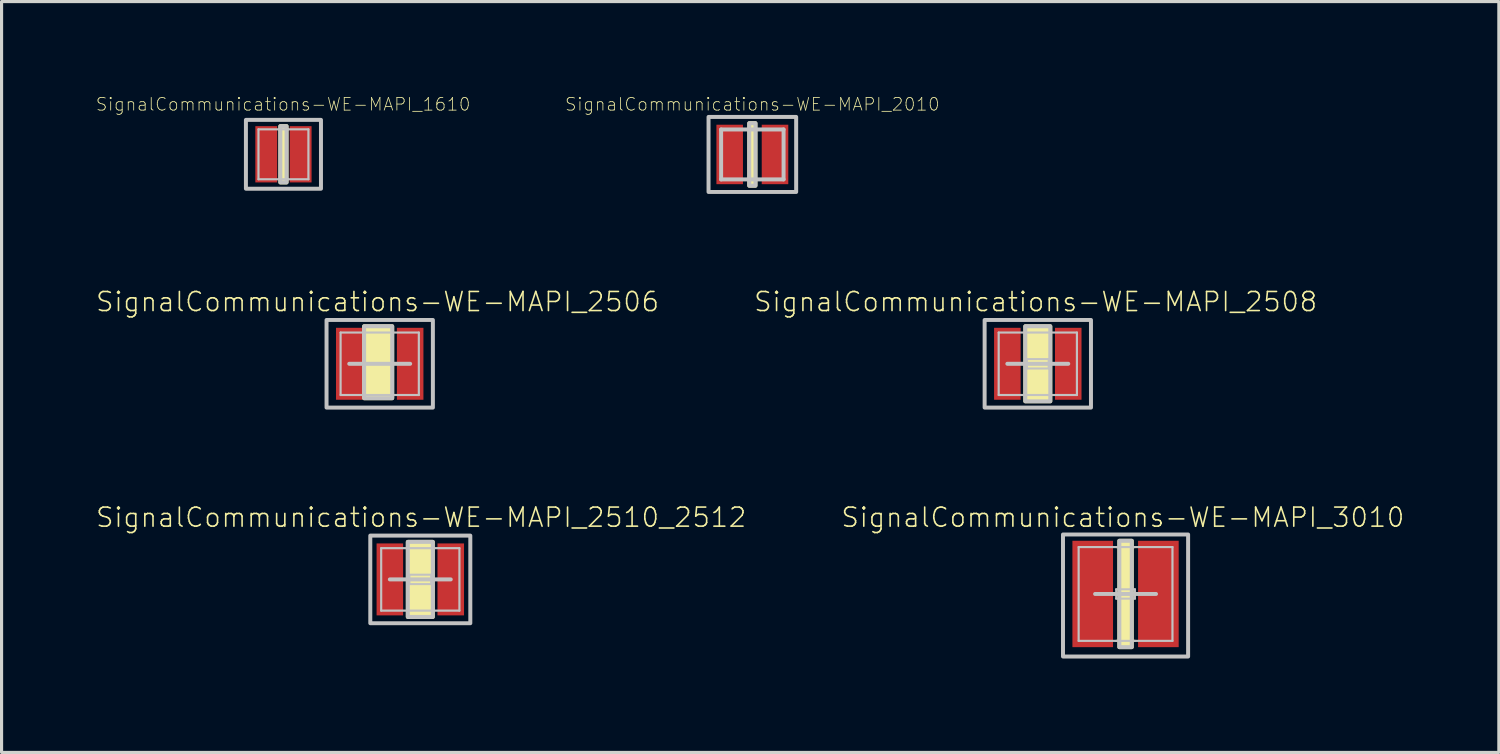
<source format=kicad_pcb>
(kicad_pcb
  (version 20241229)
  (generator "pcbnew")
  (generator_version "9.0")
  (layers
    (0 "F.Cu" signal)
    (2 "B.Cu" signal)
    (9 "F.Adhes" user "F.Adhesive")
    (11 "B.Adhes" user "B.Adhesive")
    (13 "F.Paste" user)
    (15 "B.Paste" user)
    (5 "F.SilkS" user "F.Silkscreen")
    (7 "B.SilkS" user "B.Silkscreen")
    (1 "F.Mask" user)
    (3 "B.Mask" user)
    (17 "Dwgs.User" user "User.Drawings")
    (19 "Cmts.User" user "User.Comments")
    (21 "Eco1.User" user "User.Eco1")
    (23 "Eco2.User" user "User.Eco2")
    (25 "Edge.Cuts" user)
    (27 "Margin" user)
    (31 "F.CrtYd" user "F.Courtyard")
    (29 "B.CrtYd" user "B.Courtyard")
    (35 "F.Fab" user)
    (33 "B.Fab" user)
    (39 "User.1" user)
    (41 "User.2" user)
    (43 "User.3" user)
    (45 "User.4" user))
  (footprint "SignalCommunications-WE-MAPI_2508"
    (layer "F.Cu")
    (at 30.111 8.574)
    (property "Reference" "SignalCommunications-WE-MAPI_2508" (at -0.069 -1.981 0) (layer "F.SilkS") (effects (font (size 0.61 0.61) (thickness 0.051))))
    (attr smd)
    (fp_line (start -0.399 -0.998) (end 0.399 -0.998) (stroke (width 0.069) (type solid)) (layer "F.SilkS"))
    (fp_line (start -0.399 0.998) (end 0.399 0.998) (stroke (width 0.069) (type solid)) (layer "F.SilkS"))
    (fp_poly (pts (xy -0.399 -1.199) (xy 0.399 -1.199) (xy 0.399 1.199) (xy -0.399 1.199) (xy -0.399 -1.199)) (stroke (width 0.127) (type solid)) (fill yes) (layer "F.SilkS"))
    (fp_line (start -1.25 -0.998) (end 1.25 -0.998) (stroke (width 0.069) (type solid)) (layer "Dwgs.User"))
    (fp_line (start -1.25 0.998) (end -1.25 -0.998) (stroke (width 0.069) (type solid)) (layer "Dwgs.User"))
    (fp_line (start -0.973 0) (end 0.973 0) (stroke (width 0.127) (type solid)) (layer "Dwgs.User"))
    (fp_line (start -0.348 -0.15) (end 0.348 -0.15) (stroke (width 0.066) (type solid)) (layer "Dwgs.User"))
    (fp_line (start -0.348 0.15) (end -0.348 -0.15) (stroke (width 0.066) (type solid)) (layer "Dwgs.User"))
    (fp_line (start -0.348 0.15) (end 0.348 0.15) (stroke (width 0.066) (type solid)) (layer "Dwgs.User"))
    (fp_line (start 0.348 0.15) (end 0.348 -0.15) (stroke (width 0.066) (type solid)) (layer "Dwgs.User"))
    (fp_line (start 1.25 -0.998) (end 1.25 0.998) (stroke (width 0.069) (type solid)) (layer "Dwgs.User"))
    (fp_line (start 1.25 0.998) (end -1.25 0.998) (stroke (width 0.069) (type solid)) (layer "Dwgs.User"))
    (fp_poly (pts (xy -1.699 -1.4) (xy 1.699 -1.4) (xy 1.699 1.4) (xy -1.699 1.4) (xy -1.699 -1.4)) (stroke (width 0.127) (type solid)) (fill no) (layer "Dwgs.User"))
    (fp_poly (pts (xy -0.399 -1.199) (xy 0.399 -1.199) (xy 0.399 1.199) (xy -0.399 1.199) (xy -0.399 -1.199)) (stroke (width 0.127) (type solid)) (fill no) (layer "Dwgs.User"))
    (pad "1" smd rect (at -0.973 0) (size 0.848 2.299) (layers "F.Cu" "F.Mask" "F.Paste"))
    (pad "2" smd rect (at 0.973 0) (size 0.848 2.299) (layers "F.Cu" "F.Mask" "F.Paste")))
  (footprint "SignalCommunications-WE-MAPI_2506"
    (layer "F.Cu")
    (at 9.083 8.574)
    (property "Reference" "SignalCommunications-WE-MAPI_2506" (at -0.069 -1.981 0) (layer "F.SilkS") (effects (font (size 0.61 0.61) (thickness 0.051))))
    (attr smd)
    (fp_line (start -0.399 -0.998) (end 0.399 -0.998) (stroke (width 0.069) (type solid)) (layer "F.SilkS"))
    (fp_line (start -0.399 0.998) (end 0.399 0.998) (stroke (width 0.069) (type solid)) (layer "F.SilkS"))
    (fp_line (start -0.348 -0.15) (end 0.348 -0.15) (stroke (width 0.066) (type solid)) (layer "F.SilkS"))
    (fp_line (start -0.348 0.15) (end -0.348 -0.15) (stroke (width 0.066) (type solid)) (layer "F.SilkS"))
    (fp_line (start -0.348 0.15) (end 0.348 0.15) (stroke (width 0.066) (type solid)) (layer "F.SilkS"))
    (fp_line (start 0.348 0.15) (end 0.348 -0.15) (stroke (width 0.066) (type solid)) (layer "F.SilkS"))
    (fp_poly (pts (xy -0.498 -1.199) (xy 0.399 -1.199) (xy 0.399 1.1) (xy -0.498 1.1) (xy -0.498 -1.199)) (stroke (width 0.127) (type solid)) (fill yes) (layer "F.SilkS"))
    (fp_line (start -1.25 -0.998) (end 1.25 -0.998) (stroke (width 0.069) (type solid)) (layer "Dwgs.User"))
    (fp_line (start -1.25 0.998) (end -1.25 -0.998) (stroke (width 0.069) (type solid)) (layer "Dwgs.User"))
    (fp_line (start -0.973 0) (end 0.973 0) (stroke (width 0.127) (type solid)) (layer "Dwgs.User"))
    (fp_line (start 1.25 -0.998) (end 1.25 0.998) (stroke (width 0.069) (type solid)) (layer "Dwgs.User"))
    (fp_line (start 1.25 0.998) (end -1.25 0.998) (stroke (width 0.069) (type solid)) (layer "Dwgs.User"))
    (fp_poly (pts (xy -1.699 -1.4) (xy 1.699 -1.4) (xy 1.699 1.4) (xy -1.699 1.4) (xy -1.699 -1.4)) (stroke (width 0.127) (type solid)) (fill no) (layer "Dwgs.User"))
    (fp_poly (pts (xy -0.498 -1.199) (xy 0.399 -1.199) (xy 0.399 1.1) (xy -0.498 1.1) (xy -0.498 -1.199)) (stroke (width 0.127) (type solid)) (fill no) (layer "Dwgs.User"))
    (pad "1" smd rect (at -0.973 0) (size 0.848 2.299) (layers "F.Cu" "F.Mask" "F.Paste"))
    (pad "2" smd rect (at 0.973 0) (size 0.848 2.299) (layers "F.Cu" "F.Mask" "F.Paste")))
  (footprint "SignalCommunications-WE-MAPI_2010"
    (layer "F.Cu")
    (at 20.99 1.885)
    (property "Reference" "SignalCommunications-WE-MAPI_2010" (at 0 -1.603 0) (layer "F.SilkS") (effects (font (size 0.406 0.406) (thickness 0.025))))
    (attr smd)
    (fp_line (start -0.099 -0.798) (end 0.099 -0.798) (stroke (width 0.127) (type solid)) (layer "F.SilkS"))
    (fp_line (start -0.099 0.798) (end 0.099 0.798) (stroke (width 0.127) (type solid)) (layer "F.SilkS"))
    (fp_poly (pts (xy -0.099 -0.998) (xy 0.099 -0.998) (xy 0.099 0.998) (xy -0.099 0.998) (xy -0.099 -0.998)) (stroke (width 0.127) (type solid)) (fill yes) (layer "F.SilkS"))
    (fp_line (start -0.998 -0.798) (end 0.998 -0.798) (stroke (width 0.127) (type solid)) (layer "Dwgs.User"))
    (fp_line (start -0.998 0.798) (end -0.998 -0.798) (stroke (width 0.127) (type solid)) (layer "Dwgs.User"))
    (fp_line (start 0.998 -0.798) (end 0.998 0.798) (stroke (width 0.127) (type solid)) (layer "Dwgs.User"))
    (fp_line (start 0.998 0.798) (end -0.998 0.798) (stroke (width 0.127) (type solid)) (layer "Dwgs.User"))
    (fp_poly (pts (xy -1.4 -1.199) (xy 1.4 -1.199) (xy 1.4 1.199) (xy -1.4 1.199) (xy -1.4 -1.199)) (stroke (width 0.127) (type solid)) (fill no) (layer "Dwgs.User"))
    (fp_poly (pts (xy -0.099 -0.998) (xy 0.099 -0.998) (xy 0.099 0.998) (xy -0.099 0.998) (xy -0.099 -0.998)) (stroke (width 0.127) (type solid)) (fill no) (layer "Dwgs.User"))
    (pad "1" smd rect (at -0.724 0 90) (size 1.9 0.848) (layers "F.Cu" "F.Mask" "F.Paste"))
    (pad "2" smd rect (at 0.724 0 90) (size 1.9 0.848) (layers "F.Cu" "F.Mask" "F.Paste")))
  (footprint "SignalCommunications-WE-MAPI_2510_2512"
    (layer "F.Cu")
    (at 10.38 15.464)
    (property "Reference" "SignalCommunications-WE-MAPI_2510_2512" (at 0.028 -1.981 0) (layer "F.SilkS") (effects (font (size 0.61 0.61) (thickness 0.051))))
    (attr smd)
    (fp_line (start -0.399 -0.998) (end 0.399 -0.998) (stroke (width 0.069) (type solid)) (layer "F.SilkS"))
    (fp_line (start -0.399 0.998) (end 0.399 0.998) (stroke (width 0.069) (type solid)) (layer "F.SilkS"))
    (fp_poly (pts (xy -0.399 -1.199) (xy 0.399 -1.199) (xy 0.399 1.199) (xy -0.399 1.199) (xy -0.399 -1.199)) (stroke (width 0.127) (type solid)) (fill yes) (layer "F.SilkS"))
    (fp_line (start -1.25 -0.998) (end 1.25 -0.998) (stroke (width 0.069) (type solid)) (layer "Dwgs.User"))
    (fp_line (start -1.25 0.998) (end -1.25 -0.998) (stroke (width 0.069) (type solid)) (layer "Dwgs.User"))
    (fp_line (start -0.973 0) (end 0.973 0) (stroke (width 0.127) (type solid)) (layer "Dwgs.User"))
    (fp_line (start -0.348 -0.15) (end 0.348 -0.15) (stroke (width 0.066) (type solid)) (layer "Dwgs.User"))
    (fp_line (start -0.348 0.15) (end -0.348 -0.15) (stroke (width 0.066) (type solid)) (layer "Dwgs.User"))
    (fp_line (start -0.348 0.15) (end 0.348 0.15) (stroke (width 0.066) (type solid)) (layer "Dwgs.User"))
    (fp_line (start 0.348 0.15) (end 0.348 -0.15) (stroke (width 0.066) (type solid)) (layer "Dwgs.User"))
    (fp_line (start 1.25 -0.998) (end 1.25 0.998) (stroke (width 0.069) (type solid)) (layer "Dwgs.User"))
    (fp_line (start 1.25 0.998) (end -1.25 0.998) (stroke (width 0.069) (type solid)) (layer "Dwgs.User"))
    (fp_poly (pts (xy -1.598 -1.4) (xy 1.598 -1.4) (xy 1.598 1.4) (xy -1.598 1.4) (xy -1.598 -1.4)) (stroke (width 0.127) (type solid)) (fill no) (layer "Dwgs.User"))
    (fp_poly (pts (xy -0.399 -1.199) (xy 0.399 -1.199) (xy 0.399 1.199) (xy -0.399 1.199) (xy -0.399 -1.199)) (stroke (width 0.127) (type solid)) (fill no) (layer "Dwgs.User"))
    (pad "1" smd rect (at -0.973 0) (size 0.848 2.299) (layers "F.Cu" "F.Mask" "F.Paste"))
    (pad "2" smd rect (at 0.973 0) (size 0.848 2.299) (layers "F.Cu" "F.Mask" "F.Paste")))
  (footprint "SignalCommunications-WE-MAPI_3010"
    (layer "F.Cu")
    (at 32.915 15.929)
    (property "Reference" "SignalCommunications-WE-MAPI_3010" (at -0.086 -2.446 0) (layer "F.SilkS") (effects (font (size 0.61 0.61) (thickness 0.051))))
    (attr smd)
    (fp_line (start -0.3 -1.499) (end 0.3 -1.499) (stroke (width 0.069) (type solid)) (layer "F.SilkS"))
    (fp_line (start -0.3 1.499) (end 0.3 1.499) (stroke (width 0.069) (type solid)) (layer "F.SilkS"))
    (fp_poly (pts (xy -0.198 -1.699) (xy 0.198 -1.699) (xy 0.198 1.699) (xy -0.198 1.699) (xy -0.198 -1.699)) (stroke (width 0.127) (type solid)) (fill yes) (layer "F.SilkS"))
    (fp_line (start -1.499 -1.499) (end 1.499 -1.499) (stroke (width 0.069) (type solid)) (layer "Dwgs.User"))
    (fp_line (start -1.499 1.499) (end -1.499 -1.499) (stroke (width 0.069) (type solid)) (layer "Dwgs.User"))
    (fp_line (start -0.973 0) (end 0.973 0) (stroke (width 0.127) (type solid)) (layer "Dwgs.User"))
    (fp_line (start -0.3 -0.15) (end 0.3 -0.15) (stroke (width 0.066) (type solid)) (layer "Dwgs.User"))
    (fp_line (start -0.3 0.15) (end -0.3 -0.15) (stroke (width 0.066) (type solid)) (layer "Dwgs.User"))
    (fp_line (start -0.3 0.15) (end 0.3 0.15) (stroke (width 0.066) (type solid)) (layer "Dwgs.User"))
    (fp_line (start 0.3 0.15) (end 0.3 -0.15) (stroke (width 0.066) (type solid)) (layer "Dwgs.User"))
    (fp_line (start 1.499 -1.499) (end 1.499 1.499) (stroke (width 0.069) (type solid)) (layer "Dwgs.User"))
    (fp_line (start 1.499 1.499) (end -1.499 1.499) (stroke (width 0.069) (type solid)) (layer "Dwgs.User"))
    (fp_poly (pts (xy -1.999 -1.9) (xy 1.999 -1.9) (xy 1.999 1.999) (xy -1.999 1.999) (xy -1.999 -1.9)) (stroke (width 0.127) (type solid)) (fill no) (layer "Dwgs.User"))
    (fp_poly (pts (xy -0.198 -1.699) (xy 0.198 -1.699) (xy 0.198 1.699) (xy -0.198 1.699) (xy -0.198 -1.699)) (stroke (width 0.127) (type solid)) (fill no) (layer "Dwgs.User"))
    (pad "1" smd rect (at -1.049 0) (size 1.298 3.399) (layers "F.Cu" "F.Mask" "F.Paste"))
    (pad "2" smd rect (at 1.049 0) (size 1.298 3.399) (layers "F.Cu" "F.Mask" "F.Paste")))
  (footprint "SignalCommunications-WE-MAPI_1610"
    (layer "F.Cu")
    (at 6.007 1.88)
    (property "Reference" "SignalCommunications-WE-MAPI_1610" (at -0.01 -1.598 0) (layer "F.SilkS") (effects (font (size 0.406 0.406) (thickness 0.025))))
    (attr smd)
    (fp_line (start -0.15 -0.798) (end 0.15 -0.798) (stroke (width 0.069) (type solid)) (layer "F.SilkS"))
    (fp_line (start -0.15 0.798) (end 0.15 0.798) (stroke (width 0.069) (type solid)) (layer "F.SilkS"))
    (fp_poly (pts (xy -0.099 -0.899) (xy 0.099 -0.899) (xy 0.099 0.899) (xy -0.099 0.899) (xy -0.099 -0.899)) (stroke (width 0.127) (type solid)) (fill yes) (layer "F.SilkS"))
    (fp_line (start -0.798 -0.798) (end 0.798 -0.798) (stroke (width 0.069) (type solid)) (layer "Dwgs.User"))
    (fp_line (start -0.798 0.798) (end -0.798 -0.798) (stroke (width 0.069) (type solid)) (layer "Dwgs.User"))
    (fp_line (start 0.798 -0.798) (end 0.798 0.798) (stroke (width 0.069) (type solid)) (layer "Dwgs.User"))
    (fp_line (start 0.798 0.798) (end -0.798 0.798) (stroke (width 0.069) (type solid)) (layer "Dwgs.User"))
    (fp_poly (pts (xy -1.199 -1.1) (xy 1.199 -1.1) (xy 1.199 1.1) (xy -1.199 1.1) (xy -1.199 -1.1)) (stroke (width 0.127) (type solid)) (fill no) (layer "Dwgs.User"))
    (fp_poly (pts (xy -0.099 -0.899) (xy 0.099 -0.899) (xy 0.099 0.899) (xy -0.099 0.899) (xy -0.099 -0.899)) (stroke (width 0.127) (type solid)) (fill no) (layer "Dwgs.User"))
    (pad "1" smd rect (at -0.549 0) (size 0.699 1.798) (layers "F.Cu" "F.Mask" "F.Paste"))
    (pad "2" smd rect (at 0.549 0) (size 0.699 1.798) (layers "F.Cu" "F.Mask" "F.Paste")))
  (gr_rect
    (start -3 -3)
    (end 44.843 20.992)
    (stroke (width 0.1) (type default))
    (fill no)
    (layer "Edge.Cuts")))
</source>
